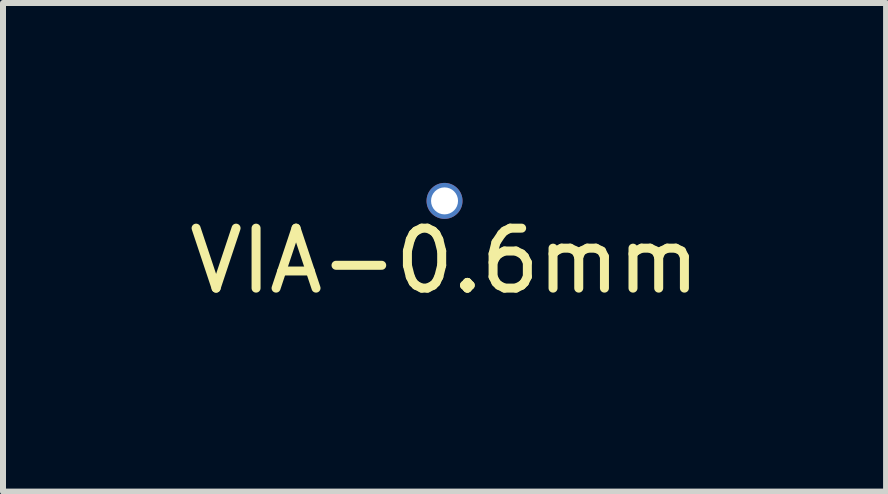
<source format=kicad_pcb>
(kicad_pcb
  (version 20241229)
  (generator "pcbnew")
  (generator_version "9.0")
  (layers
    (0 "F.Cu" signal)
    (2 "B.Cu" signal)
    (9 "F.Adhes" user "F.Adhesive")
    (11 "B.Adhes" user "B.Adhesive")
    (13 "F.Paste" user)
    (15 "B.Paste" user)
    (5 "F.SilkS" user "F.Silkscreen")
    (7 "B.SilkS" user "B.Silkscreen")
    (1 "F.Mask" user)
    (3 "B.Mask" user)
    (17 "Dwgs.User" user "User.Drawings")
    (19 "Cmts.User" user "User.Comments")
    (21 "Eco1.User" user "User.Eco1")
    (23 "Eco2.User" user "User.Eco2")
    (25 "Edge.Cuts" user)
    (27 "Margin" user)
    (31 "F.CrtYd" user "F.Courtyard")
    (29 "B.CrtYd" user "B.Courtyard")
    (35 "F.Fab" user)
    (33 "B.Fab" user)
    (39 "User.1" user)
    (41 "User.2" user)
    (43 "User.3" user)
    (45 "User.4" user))
  (footprint "VIA-0.6mm"
    (layer "F.Cu")
    (at 4.363 0.3)
    (property "Reference" "VIA-0.6mm" (at 0 1 0) (layer "F.SilkS") (effects (font (size 1 1) (thickness 0.15))))
    (attr through_hole)
    (pad "1" thru_hole circle (at 0 0) (size 0.6 0.6) (drill 0.45) (layers "*.Cu")))
  (gr_rect
    (start -3 -3)
    (end 11.726 5.148)
    (stroke (width 0.1) (type default))
    (fill no)
    (layer "Edge.Cuts")))
</source>
